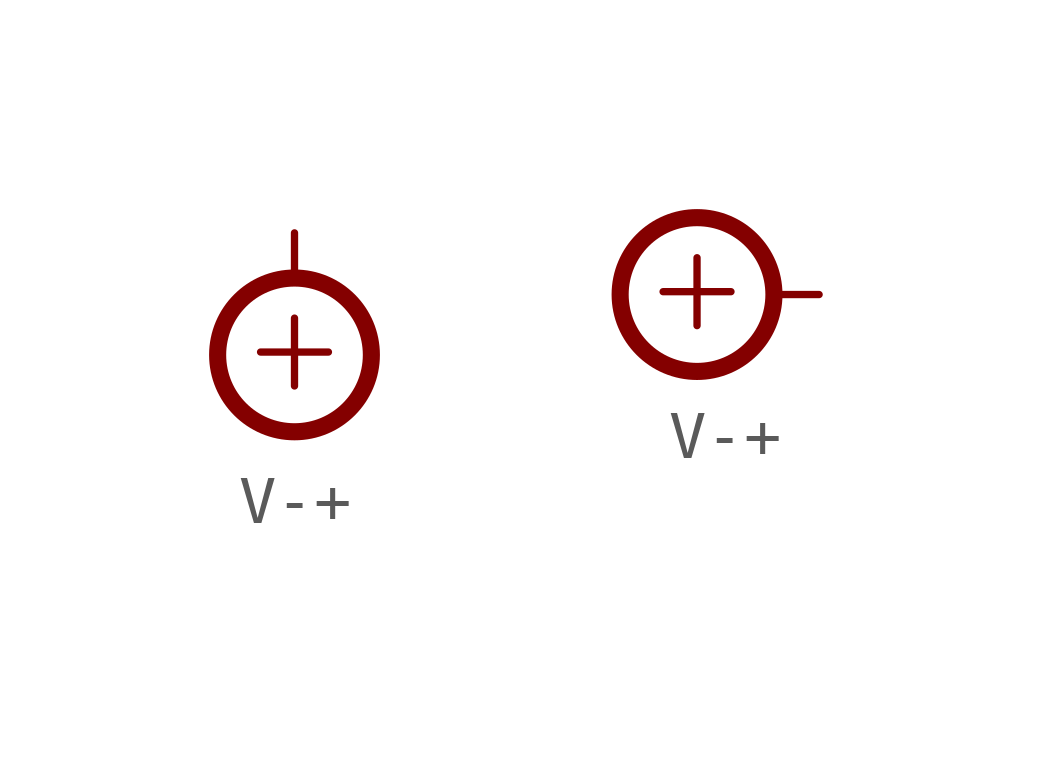
<source format=kicad_sym>
(kicad_symbol_lib
  (version 20220914)
  (generator kicad_symbol_editor)
  (symbol "V-+"
    (power)
    (pin_numbers hide)
    (pin_names
      (offset 1.27) hide)
    (property "Reference" "#PWR"
      (at 5.08 0 0)
      (effects (font (size 1.27 1.27)) (justify left) hide))
    (symbol "V-+_1_0"
      (pin power_in line (at 0 0 0) (length 0) hide (name "+" (effects (font (size 1.27 1.27)))) (number "0" (effects (font (size 0 0))))))
    (symbol "V-+_1_1"
      (circle (center 0 -2.54) (radius 1.6) (stroke (width 0.356) (type default)) (fill (type none)))
      (polyline (pts (xy 0 -0.889) (xy 0 0)) (stroke (width 0) (type default)) (fill (type none)))
      (text "+" (at 0 -2.337 0) (effects (font (size 1.854 1.854)))))
    (symbol "V-+_1_2"
      (circle (center -2.54 0) (radius 1.6) (stroke (width 0.356) (type default)) (fill (type none)))
      (polyline (pts (xy -0.889 0) (xy 0 0)) (stroke (width 0) (type default)) (fill (type none)))
      (text "+" (at -2.54 0.203 0) (effects (font (size 1.854 1.854)))))))
</source>
